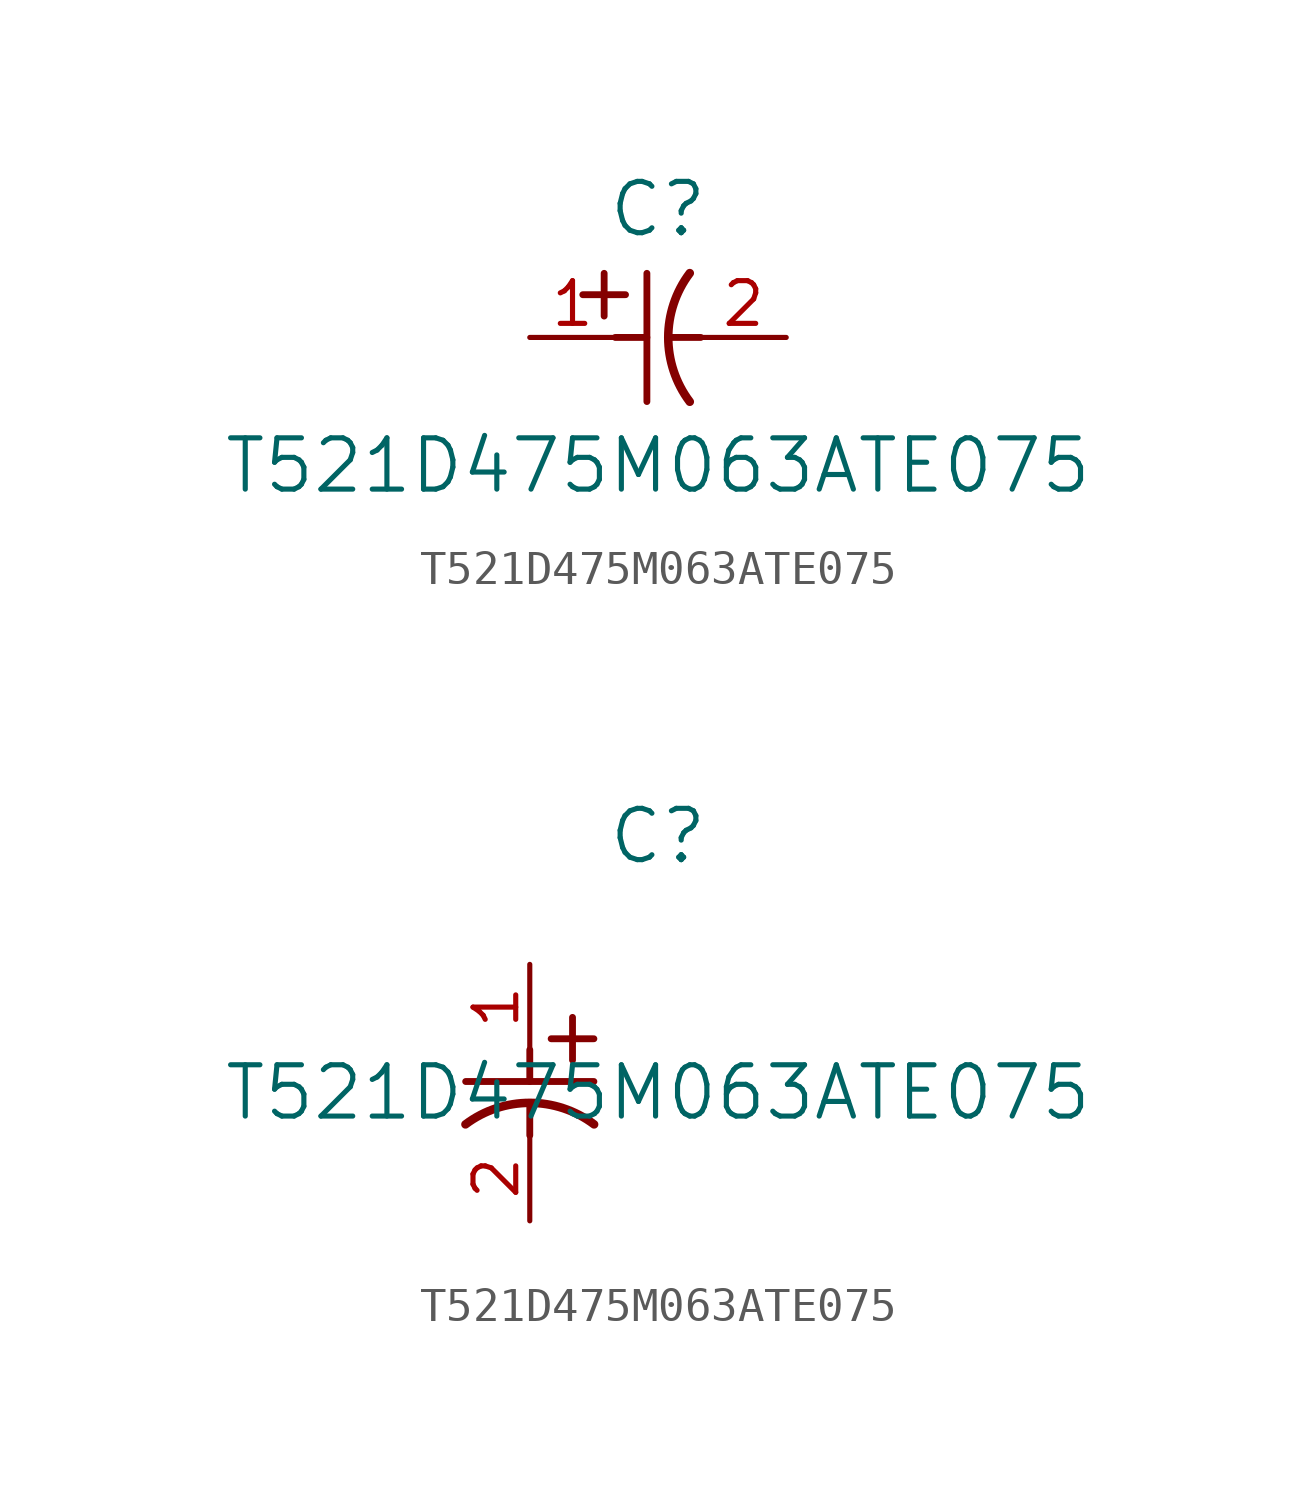
<source format=kicad_sym>
(kicad_symbol_lib
  (version 20211014)
  (generator kicad_symbol_editor)
  (symbol "T521D475M063ATE075"
    (pin_names
      (offset 0.254))
    (property "Reference" "C"
      (at 3.81 3.81 0)
      (effects (font (size 1.524 1.524))))
    (property "Value" "T521D475M063ATE075"
      (at 3.81 -3.81 0)
      (effects (font (size 1.524 1.524))))
    (symbol "T521D475M063ATE075_1_1"
      (polyline (pts (xy 2.21 0.635) (xy 2.21 1.905)) (stroke (width 0.203) (type default) (color 0 0 0 0)) (fill (type none)))
      (arc (start 4.754132 1.910763) (mid 4.1148 0) (end 4.754132 -1.910763) (stroke (width 0.254) (type default) (color 0 0 0 0)) (fill (type none)))
      (polyline (pts (xy 4.115 0) (xy 5.08 0)) (stroke (width 0.203) (type default) (color 0 0 0 0)) (fill (type none)))
      (polyline (pts (xy 3.48 -1.905) (xy 3.48 1.905)) (stroke (width 0.203) (type default) (color 0 0 0 0)) (fill (type none)))
      (polyline (pts (xy 1.575 1.27) (xy 2.845 1.27)) (stroke (width 0.203) (type default) (color 0 0 0 0)) (fill (type none)))
      (polyline (pts (xy 2.54 0) (xy 3.48 0)) (stroke (width 0.203) (type default) (color 0 0 0 0)) (fill (type none)))
      (pin unspecified line (at 0 0 0) (length 2.54) (name "" (effects (font (size 1.27 1.27)))) (number "1" (effects (font (size 1.27 1.27)))))
      (pin unspecified line (at 7.62 0 180) (length 2.54) (name "" (effects (font (size 1.27 1.27)))) (number "2" (effects (font (size 1.27 1.27))))))
    (symbol "T521D475M063ATE075_1_2"
      (polyline (pts (xy 0 -2.54) (xy 0 -3.48)) (stroke (width 0.203) (type default) (color 0 0 0 0)) (fill (type none)))
      (arc (start 1.910763 -4.754132) (mid 0 -4.1148) (end -1.910763 -4.754132) (stroke (width 0.254) (type default) (color 0 0 0 0)) (fill (type none)))
      (polyline (pts (xy -1.905 -3.48) (xy 1.905 -3.48)) (stroke (width 0.203) (type default) (color 0 0 0 0)) (fill (type none)))
      (polyline (pts (xy 0.635 -2.21) (xy 1.905 -2.21)) (stroke (width 0.203) (type default) (color 0 0 0 0)) (fill (type none)))
      (polyline (pts (xy 1.27 -1.575) (xy 1.27 -2.845)) (stroke (width 0.203) (type default) (color 0 0 0 0)) (fill (type none)))
      (polyline (pts (xy 0 -4.115) (xy 0 -5.08)) (stroke (width 0.203) (type default) (color 0 0 0 0)) (fill (type none)))
      (pin unspecified line (at 0 0 270) (length 2.54) (name "" (effects (font (size 1.27 1.27)))) (number "1" (effects (font (size 1.27 1.27)))))
      (pin unspecified line (at 0 -7.62 90) (length 2.54) (name "" (effects (font (size 1.27 1.27)))) (number "2" (effects (font (size 1.27 1.27))))))))
</source>
